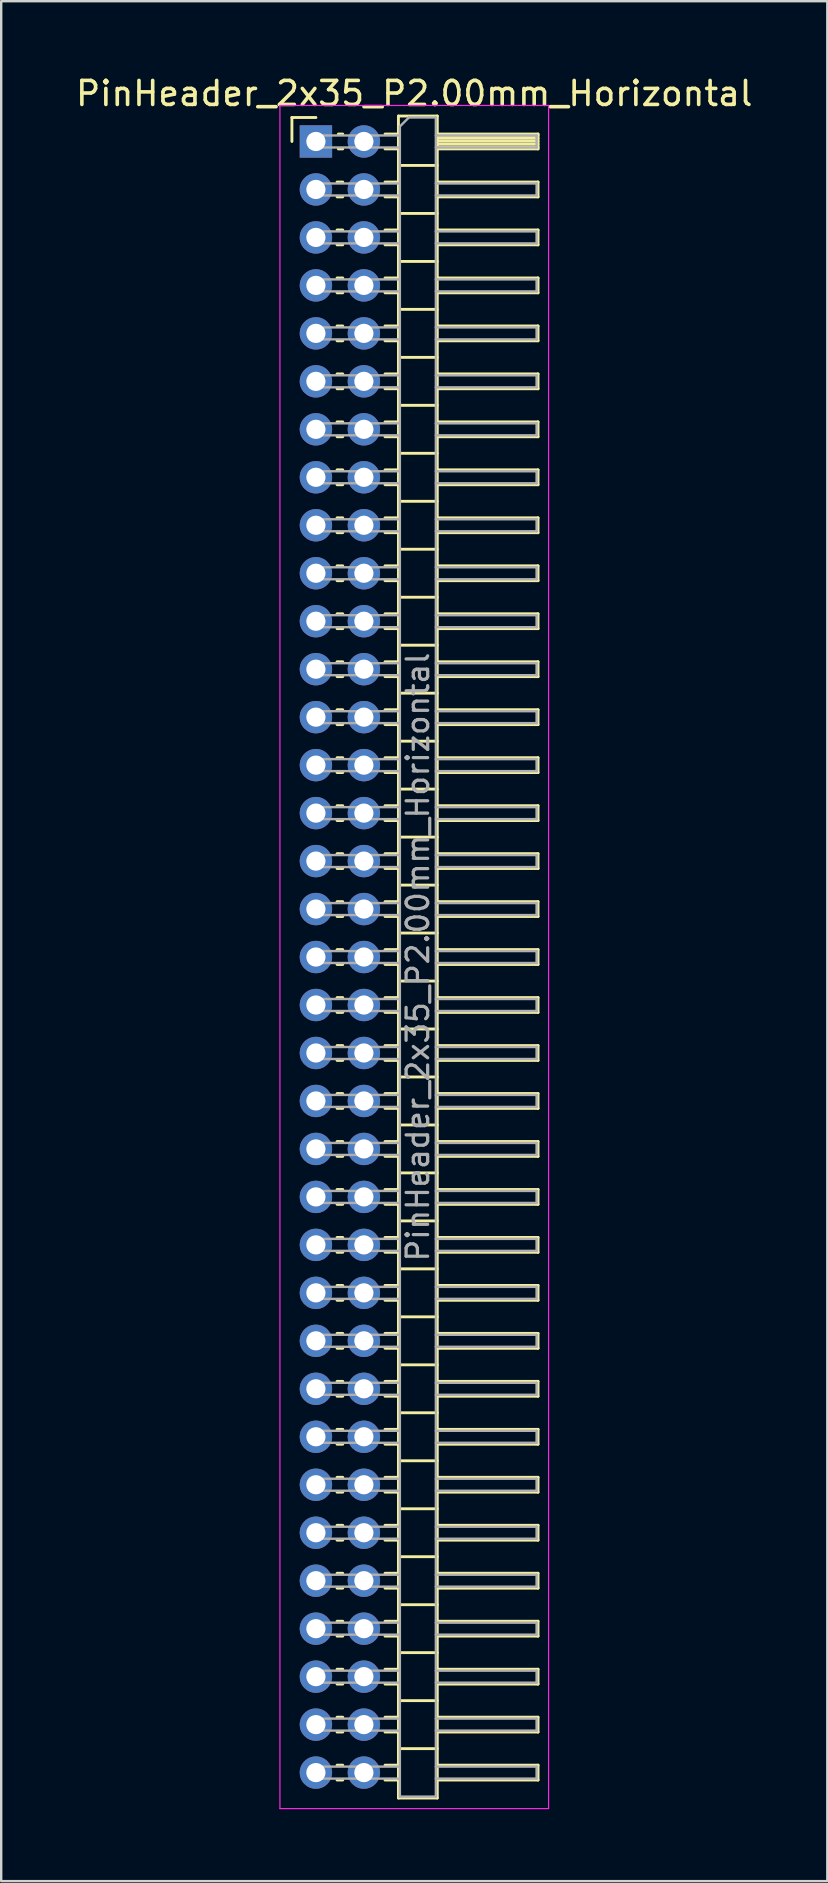
<source format=kicad_pcb>
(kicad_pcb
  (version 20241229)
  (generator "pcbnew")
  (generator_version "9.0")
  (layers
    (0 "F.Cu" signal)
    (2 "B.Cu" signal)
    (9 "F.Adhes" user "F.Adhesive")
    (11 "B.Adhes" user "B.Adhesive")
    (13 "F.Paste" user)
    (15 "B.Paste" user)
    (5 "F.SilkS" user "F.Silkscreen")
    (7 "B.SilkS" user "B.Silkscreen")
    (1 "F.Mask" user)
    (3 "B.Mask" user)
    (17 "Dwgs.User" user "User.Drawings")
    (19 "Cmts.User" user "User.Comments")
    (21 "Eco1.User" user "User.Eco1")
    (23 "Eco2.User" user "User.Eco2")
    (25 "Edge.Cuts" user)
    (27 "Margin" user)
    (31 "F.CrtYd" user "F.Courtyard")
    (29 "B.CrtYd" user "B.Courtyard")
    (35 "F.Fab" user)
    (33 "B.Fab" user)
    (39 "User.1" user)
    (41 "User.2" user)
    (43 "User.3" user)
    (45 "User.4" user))
  (footprint "PinHeader_2x35_P2.00mm_Horizontal"
    (layer "F.Cu")
    (at 10.12 2.848)
    (property "Reference" "PinHeader_2x35_P2.00mm_Horizontal" (at 4.1 -2 0) (layer "F.SilkS") (effects (font (size 1 1) (thickness 0.15))))
    (attr through_hole)
    (fp_line (start -1 -1) (end 0 -1) (stroke (width 0.12) (type solid)) (layer "F.SilkS"))
    (fp_line (start -1 0) (end -1 -1) (stroke (width 0.12) (type solid)) (layer "F.SilkS"))
    (fp_line (start 0.882 1.69) (end 1.118 1.69) (stroke (width 0.12) (type solid)) (layer "F.SilkS"))
    (fp_line (start 0.882 2.31) (end 1.118 2.31) (stroke (width 0.12) (type solid)) (layer "F.SilkS"))
    (fp_line (start 0.882 3.69) (end 1.118 3.69) (stroke (width 0.12) (type solid)) (layer "F.SilkS"))
    (fp_line (start 0.882 4.31) (end 1.118 4.31) (stroke (width 0.12) (type solid)) (layer "F.SilkS"))
    (fp_line (start 0.882 5.69) (end 1.118 5.69) (stroke (width 0.12) (type solid)) (layer "F.SilkS"))
    (fp_line (start 0.882 6.31) (end 1.118 6.31) (stroke (width 0.12) (type solid)) (layer "F.SilkS"))
    (fp_line (start 0.882 7.69) (end 1.118 7.69) (stroke (width 0.12) (type solid)) (layer "F.SilkS"))
    (fp_line (start 0.882 8.31) (end 1.118 8.31) (stroke (width 0.12) (type solid)) (layer "F.SilkS"))
    (fp_line (start 0.882 9.69) (end 1.118 9.69) (stroke (width 0.12) (type solid)) (layer "F.SilkS"))
    (fp_line (start 0.882 10.31) (end 1.118 10.31) (stroke (width 0.12) (type solid)) (layer "F.SilkS"))
    (fp_line (start 0.882 11.69) (end 1.118 11.69) (stroke (width 0.12) (type solid)) (layer "F.SilkS"))
    (fp_line (start 0.882 12.31) (end 1.118 12.31) (stroke (width 0.12) (type solid)) (layer "F.SilkS"))
    (fp_line (start 0.882 13.69) (end 1.118 13.69) (stroke (width 0.12) (type solid)) (layer "F.SilkS"))
    (fp_line (start 0.882 14.31) (end 1.118 14.31) (stroke (width 0.12) (type solid)) (layer "F.SilkS"))
    (fp_line (start 0.882 15.69) (end 1.118 15.69) (stroke (width 0.12) (type solid)) (layer "F.SilkS"))
    (fp_line (start 0.882 16.31) (end 1.118 16.31) (stroke (width 0.12) (type solid)) (layer "F.SilkS"))
    (fp_line (start 0.882 17.69) (end 1.118 17.69) (stroke (width 0.12) (type solid)) (layer "F.SilkS"))
    (fp_line (start 0.882 18.31) (end 1.118 18.31) (stroke (width 0.12) (type solid)) (layer "F.SilkS"))
    (fp_line (start 0.882 19.69) (end 1.118 19.69) (stroke (width 0.12) (type solid)) (layer "F.SilkS"))
    (fp_line (start 0.882 20.31) (end 1.118 20.31) (stroke (width 0.12) (type solid)) (layer "F.SilkS"))
    (fp_line (start 0.882 21.69) (end 1.118 21.69) (stroke (width 0.12) (type solid)) (layer "F.SilkS"))
    (fp_line (start 0.882 22.31) (end 1.118 22.31) (stroke (width 0.12) (type solid)) (layer "F.SilkS"))
    (fp_line (start 0.882 23.69) (end 1.118 23.69) (stroke (width 0.12) (type solid)) (layer "F.SilkS"))
    (fp_line (start 0.882 24.31) (end 1.118 24.31) (stroke (width 0.12) (type solid)) (layer "F.SilkS"))
    (fp_line (start 0.882 25.69) (end 1.118 25.69) (stroke (width 0.12) (type solid)) (layer "F.SilkS"))
    (fp_line (start 0.882 26.31) (end 1.118 26.31) (stroke (width 0.12) (type solid)) (layer "F.SilkS"))
    (fp_line (start 0.882 27.69) (end 1.118 27.69) (stroke (width 0.12) (type solid)) (layer "F.SilkS"))
    (fp_line (start 0.882 28.31) (end 1.118 28.31) (stroke (width 0.12) (type solid)) (layer "F.SilkS"))
    (fp_line (start 0.882 29.69) (end 1.118 29.69) (stroke (width 0.12) (type solid)) (layer "F.SilkS"))
    (fp_line (start 0.882 30.31) (end 1.118 30.31) (stroke (width 0.12) (type solid)) (layer "F.SilkS"))
    (fp_line (start 0.882 31.69) (end 1.118 31.69) (stroke (width 0.12) (type solid)) (layer "F.SilkS"))
    (fp_line (start 0.882 32.31) (end 1.118 32.31) (stroke (width 0.12) (type solid)) (layer "F.SilkS"))
    (fp_line (start 0.882 33.69) (end 1.118 33.69) (stroke (width 0.12) (type solid)) (layer "F.SilkS"))
    (fp_line (start 0.882 34.31) (end 1.118 34.31) (stroke (width 0.12) (type solid)) (layer "F.SilkS"))
    (fp_line (start 0.882 35.69) (end 1.118 35.69) (stroke (width 0.12) (type solid)) (layer "F.SilkS"))
    (fp_line (start 0.882 36.31) (end 1.118 36.31) (stroke (width 0.12) (type solid)) (layer "F.SilkS"))
    (fp_line (start 0.882 37.69) (end 1.118 37.69) (stroke (width 0.12) (type solid)) (layer "F.SilkS"))
    (fp_line (start 0.882 38.31) (end 1.118 38.31) (stroke (width 0.12) (type solid)) (layer "F.SilkS"))
    (fp_line (start 0.882 39.69) (end 1.118 39.69) (stroke (width 0.12) (type solid)) (layer "F.SilkS"))
    (fp_line (start 0.882 40.31) (end 1.118 40.31) (stroke (width 0.12) (type solid)) (layer "F.SilkS"))
    (fp_line (start 0.882 41.69) (end 1.118 41.69) (stroke (width 0.12) (type solid)) (layer "F.SilkS"))
    (fp_line (start 0.882 42.31) (end 1.118 42.31) (stroke (width 0.12) (type solid)) (layer "F.SilkS"))
    (fp_line (start 0.882 43.69) (end 1.118 43.69) (stroke (width 0.12) (type solid)) (layer "F.SilkS"))
    (fp_line (start 0.882 44.31) (end 1.118 44.31) (stroke (width 0.12) (type solid)) (layer "F.SilkS"))
    (fp_line (start 0.882 45.69) (end 1.118 45.69) (stroke (width 0.12) (type solid)) (layer "F.SilkS"))
    (fp_line (start 0.882 46.31) (end 1.118 46.31) (stroke (width 0.12) (type solid)) (layer "F.SilkS"))
    (fp_line (start 0.882 47.69) (end 1.118 47.69) (stroke (width 0.12) (type solid)) (layer "F.SilkS"))
    (fp_line (start 0.882 48.31) (end 1.118 48.31) (stroke (width 0.12) (type solid)) (layer "F.SilkS"))
    (fp_line (start 0.882 49.69) (end 1.118 49.69) (stroke (width 0.12) (type solid)) (layer "F.SilkS"))
    (fp_line (start 0.882 50.31) (end 1.118 50.31) (stroke (width 0.12) (type solid)) (layer "F.SilkS"))
    (fp_line (start 0.882 51.69) (end 1.118 51.69) (stroke (width 0.12) (type solid)) (layer "F.SilkS"))
    (fp_line (start 0.882 52.31) (end 1.118 52.31) (stroke (width 0.12) (type solid)) (layer "F.SilkS"))
    (fp_line (start 0.882 53.69) (end 1.118 53.69) (stroke (width 0.12) (type solid)) (layer "F.SilkS"))
    (fp_line (start 0.882 54.31) (end 1.118 54.31) (stroke (width 0.12) (type solid)) (layer "F.SilkS"))
    (fp_line (start 0.882 55.69) (end 1.118 55.69) (stroke (width 0.12) (type solid)) (layer "F.SilkS"))
    (fp_line (start 0.882 56.31) (end 1.118 56.31) (stroke (width 0.12) (type solid)) (layer "F.SilkS"))
    (fp_line (start 0.882 57.69) (end 1.118 57.69) (stroke (width 0.12) (type solid)) (layer "F.SilkS"))
    (fp_line (start 0.882 58.31) (end 1.118 58.31) (stroke (width 0.12) (type solid)) (layer "F.SilkS"))
    (fp_line (start 0.882 59.69) (end 1.118 59.69) (stroke (width 0.12) (type solid)) (layer "F.SilkS"))
    (fp_line (start 0.882 60.31) (end 1.118 60.31) (stroke (width 0.12) (type solid)) (layer "F.SilkS"))
    (fp_line (start 0.882 61.69) (end 1.118 61.69) (stroke (width 0.12) (type solid)) (layer "F.SilkS"))
    (fp_line (start 0.882 62.31) (end 1.118 62.31) (stroke (width 0.12) (type solid)) (layer "F.SilkS"))
    (fp_line (start 0.882 63.69) (end 1.118 63.69) (stroke (width 0.12) (type solid)) (layer "F.SilkS"))
    (fp_line (start 0.882 64.31) (end 1.118 64.31) (stroke (width 0.12) (type solid)) (layer "F.SilkS"))
    (fp_line (start 0.882 65.69) (end 1.118 65.69) (stroke (width 0.12) (type solid)) (layer "F.SilkS"))
    (fp_line (start 0.882 66.31) (end 1.118 66.31) (stroke (width 0.12) (type solid)) (layer "F.SilkS"))
    (fp_line (start 0.882 67.69) (end 1.118 67.69) (stroke (width 0.12) (type solid)) (layer "F.SilkS"))
    (fp_line (start 0.882 68.31) (end 1.118 68.31) (stroke (width 0.12) (type solid)) (layer "F.SilkS"))
    (fp_line (start 0.935 -0.31) (end 1.118 -0.31) (stroke (width 0.12) (type solid)) (layer "F.SilkS"))
    (fp_line (start 0.935 0.31) (end 1.118 0.31) (stroke (width 0.12) (type solid)) (layer "F.SilkS"))
    (fp_line (start 2.882 -0.31) (end 3.44 -0.31) (stroke (width 0.12) (type solid)) (layer "F.SilkS"))
    (fp_line (start 2.882 0.31) (end 3.44 0.31) (stroke (width 0.12) (type solid)) (layer "F.SilkS"))
    (fp_line (start 2.882 1.69) (end 3.44 1.69) (stroke (width 0.12) (type solid)) (layer "F.SilkS"))
    (fp_line (start 2.882 2.31) (end 3.44 2.31) (stroke (width 0.12) (type solid)) (layer "F.SilkS"))
    (fp_line (start 2.882 3.69) (end 3.44 3.69) (stroke (width 0.12) (type solid)) (layer "F.SilkS"))
    (fp_line (start 2.882 4.31) (end 3.44 4.31) (stroke (width 0.12) (type solid)) (layer "F.SilkS"))
    (fp_line (start 2.882 5.69) (end 3.44 5.69) (stroke (width 0.12) (type solid)) (layer "F.SilkS"))
    (fp_line (start 2.882 6.31) (end 3.44 6.31) (stroke (width 0.12) (type solid)) (layer "F.SilkS"))
    (fp_line (start 2.882 7.69) (end 3.44 7.69) (stroke (width 0.12) (type solid)) (layer "F.SilkS"))
    (fp_line (start 2.882 8.31) (end 3.44 8.31) (stroke (width 0.12) (type solid)) (layer "F.SilkS"))
    (fp_line (start 2.882 9.69) (end 3.44 9.69) (stroke (width 0.12) (type solid)) (layer "F.SilkS"))
    (fp_line (start 2.882 10.31) (end 3.44 10.31) (stroke (width 0.12) (type solid)) (layer "F.SilkS"))
    (fp_line (start 2.882 11.69) (end 3.44 11.69) (stroke (width 0.12) (type solid)) (layer "F.SilkS"))
    (fp_line (start 2.882 12.31) (end 3.44 12.31) (stroke (width 0.12) (type solid)) (layer "F.SilkS"))
    (fp_line (start 2.882 13.69) (end 3.44 13.69) (stroke (width 0.12) (type solid)) (layer "F.SilkS"))
    (fp_line (start 2.882 14.31) (end 3.44 14.31) (stroke (width 0.12) (type solid)) (layer "F.SilkS"))
    (fp_line (start 2.882 15.69) (end 3.44 15.69) (stroke (width 0.12) (type solid)) (layer "F.SilkS"))
    (fp_line (start 2.882 16.31) (end 3.44 16.31) (stroke (width 0.12) (type solid)) (layer "F.SilkS"))
    (fp_line (start 2.882 17.69) (end 3.44 17.69) (stroke (width 0.12) (type solid)) (layer "F.SilkS"))
    (fp_line (start 2.882 18.31) (end 3.44 18.31) (stroke (width 0.12) (type solid)) (layer "F.SilkS"))
    (fp_line (start 2.882 19.69) (end 3.44 19.69) (stroke (width 0.12) (type solid)) (layer "F.SilkS"))
    (fp_line (start 2.882 20.31) (end 3.44 20.31) (stroke (width 0.12) (type solid)) (layer "F.SilkS"))
    (fp_line (start 2.882 21.69) (end 3.44 21.69) (stroke (width 0.12) (type solid)) (layer "F.SilkS"))
    (fp_line (start 2.882 22.31) (end 3.44 22.31) (stroke (width 0.12) (type solid)) (layer "F.SilkS"))
    (fp_line (start 2.882 23.69) (end 3.44 23.69) (stroke (width 0.12) (type solid)) (layer "F.SilkS"))
    (fp_line (start 2.882 24.31) (end 3.44 24.31) (stroke (width 0.12) (type solid)) (layer "F.SilkS"))
    (fp_line (start 2.882 25.69) (end 3.44 25.69) (stroke (width 0.12) (type solid)) (layer "F.SilkS"))
    (fp_line (start 2.882 26.31) (end 3.44 26.31) (stroke (width 0.12) (type solid)) (layer "F.SilkS"))
    (fp_line (start 2.882 27.69) (end 3.44 27.69) (stroke (width 0.12) (type solid)) (layer "F.SilkS"))
    (fp_line (start 2.882 28.31) (end 3.44 28.31) (stroke (width 0.12) (type solid)) (layer "F.SilkS"))
    (fp_line (start 2.882 29.69) (end 3.44 29.69) (stroke (width 0.12) (type solid)) (layer "F.SilkS"))
    (fp_line (start 2.882 30.31) (end 3.44 30.31) (stroke (width 0.12) (type solid)) (layer "F.SilkS"))
    (fp_line (start 2.882 31.69) (end 3.44 31.69) (stroke (width 0.12) (type solid)) (layer "F.SilkS"))
    (fp_line (start 2.882 32.31) (end 3.44 32.31) (stroke (width 0.12) (type solid)) (layer "F.SilkS"))
    (fp_line (start 2.882 33.69) (end 3.44 33.69) (stroke (width 0.12) (type solid)) (layer "F.SilkS"))
    (fp_line (start 2.882 34.31) (end 3.44 34.31) (stroke (width 0.12) (type solid)) (layer "F.SilkS"))
    (fp_line (start 2.882 35.69) (end 3.44 35.69) (stroke (width 0.12) (type solid)) (layer "F.SilkS"))
    (fp_line (start 2.882 36.31) (end 3.44 36.31) (stroke (width 0.12) (type solid)) (layer "F.SilkS"))
    (fp_line (start 2.882 37.69) (end 3.44 37.69) (stroke (width 0.12) (type solid)) (layer "F.SilkS"))
    (fp_line (start 2.882 38.31) (end 3.44 38.31) (stroke (width 0.12) (type solid)) (layer "F.SilkS"))
    (fp_line (start 2.882 39.69) (end 3.44 39.69) (stroke (width 0.12) (type solid)) (layer "F.SilkS"))
    (fp_line (start 2.882 40.31) (end 3.44 40.31) (stroke (width 0.12) (type solid)) (layer "F.SilkS"))
    (fp_line (start 2.882 41.69) (end 3.44 41.69) (stroke (width 0.12) (type solid)) (layer "F.SilkS"))
    (fp_line (start 2.882 42.31) (end 3.44 42.31) (stroke (width 0.12) (type solid)) (layer "F.SilkS"))
    (fp_line (start 2.882 43.69) (end 3.44 43.69) (stroke (width 0.12) (type solid)) (layer "F.SilkS"))
    (fp_line (start 2.882 44.31) (end 3.44 44.31) (stroke (width 0.12) (type solid)) (layer "F.SilkS"))
    (fp_line (start 2.882 45.69) (end 3.44 45.69) (stroke (width 0.12) (type solid)) (layer "F.SilkS"))
    (fp_line (start 2.882 46.31) (end 3.44 46.31) (stroke (width 0.12) (type solid)) (layer "F.SilkS"))
    (fp_line (start 2.882 47.69) (end 3.44 47.69) (stroke (width 0.12) (type solid)) (layer "F.SilkS"))
    (fp_line (start 2.882 48.31) (end 3.44 48.31) (stroke (width 0.12) (type solid)) (layer "F.SilkS"))
    (fp_line (start 2.882 49.69) (end 3.44 49.69) (stroke (width 0.12) (type solid)) (layer "F.SilkS"))
    (fp_line (start 2.882 50.31) (end 3.44 50.31) (stroke (width 0.12) (type solid)) (layer "F.SilkS"))
    (fp_line (start 2.882 51.69) (end 3.44 51.69) (stroke (width 0.12) (type solid)) (layer "F.SilkS"))
    (fp_line (start 2.882 52.31) (end 3.44 52.31) (stroke (width 0.12) (type solid)) (layer "F.SilkS"))
    (fp_line (start 2.882 53.69) (end 3.44 53.69) (stroke (width 0.12) (type solid)) (layer "F.SilkS"))
    (fp_line (start 2.882 54.31) (end 3.44 54.31) (stroke (width 0.12) (type solid)) (layer "F.SilkS"))
    (fp_line (start 2.882 55.69) (end 3.44 55.69) (stroke (width 0.12) (type solid)) (layer "F.SilkS"))
    (fp_line (start 2.882 56.31) (end 3.44 56.31) (stroke (width 0.12) (type solid)) (layer "F.SilkS"))
    (fp_line (start 2.882 57.69) (end 3.44 57.69) (stroke (width 0.12) (type solid)) (layer "F.SilkS"))
    (fp_line (start 2.882 58.31) (end 3.44 58.31) (stroke (width 0.12) (type solid)) (layer "F.SilkS"))
    (fp_line (start 2.882 59.69) (end 3.44 59.69) (stroke (width 0.12) (type solid)) (layer "F.SilkS"))
    (fp_line (start 2.882 60.31) (end 3.44 60.31) (stroke (width 0.12) (type solid)) (layer "F.SilkS"))
    (fp_line (start 2.882 61.69) (end 3.44 61.69) (stroke (width 0.12) (type solid)) (layer "F.SilkS"))
    (fp_line (start 2.882 62.31) (end 3.44 62.31) (stroke (width 0.12) (type solid)) (layer "F.SilkS"))
    (fp_line (start 2.882 63.69) (end 3.44 63.69) (stroke (width 0.12) (type solid)) (layer "F.SilkS"))
    (fp_line (start 2.882 64.31) (end 3.44 64.31) (stroke (width 0.12) (type solid)) (layer "F.SilkS"))
    (fp_line (start 2.882 65.69) (end 3.44 65.69) (stroke (width 0.12) (type solid)) (layer "F.SilkS"))
    (fp_line (start 2.882 66.31) (end 3.44 66.31) (stroke (width 0.12) (type solid)) (layer "F.SilkS"))
    (fp_line (start 2.882 67.69) (end 3.44 67.69) (stroke (width 0.12) (type solid)) (layer "F.SilkS"))
    (fp_line (start 2.882 68.31) (end 3.44 68.31) (stroke (width 0.12) (type solid)) (layer "F.SilkS"))
    (fp_line (start 3.44 -1.06) (end 3.44 69.06) (stroke (width 0.12) (type solid)) (layer "F.SilkS"))
    (fp_line (start 3.44 1) (end 5.06 1) (stroke (width 0.12) (type solid)) (layer "F.SilkS"))
    (fp_line (start 3.44 3) (end 5.06 3) (stroke (width 0.12) (type solid)) (layer "F.SilkS"))
    (fp_line (start 3.44 5) (end 5.06 5) (stroke (width 0.12) (type solid)) (layer "F.SilkS"))
    (fp_line (start 3.44 7) (end 5.06 7) (stroke (width 0.12) (type solid)) (layer "F.SilkS"))
    (fp_line (start 3.44 9) (end 5.06 9) (stroke (width 0.12) (type solid)) (layer "F.SilkS"))
    (fp_line (start 3.44 11) (end 5.06 11) (stroke (width 0.12) (type solid)) (layer "F.SilkS"))
    (fp_line (start 3.44 13) (end 5.06 13) (stroke (width 0.12) (type solid)) (layer "F.SilkS"))
    (fp_line (start 3.44 15) (end 5.06 15) (stroke (width 0.12) (type solid)) (layer "F.SilkS"))
    (fp_line (start 3.44 17) (end 5.06 17) (stroke (width 0.12) (type solid)) (layer "F.SilkS"))
    (fp_line (start 3.44 19) (end 5.06 19) (stroke (width 0.12) (type solid)) (layer "F.SilkS"))
    (fp_line (start 3.44 21) (end 5.06 21) (stroke (width 0.12) (type solid)) (layer "F.SilkS"))
    (fp_line (start 3.44 23) (end 5.06 23) (stroke (width 0.12) (type solid)) (layer "F.SilkS"))
    (fp_line (start 3.44 25) (end 5.06 25) (stroke (width 0.12) (type solid)) (layer "F.SilkS"))
    (fp_line (start 3.44 27) (end 5.06 27) (stroke (width 0.12) (type solid)) (layer "F.SilkS"))
    (fp_line (start 3.44 29) (end 5.06 29) (stroke (width 0.12) (type solid)) (layer "F.SilkS"))
    (fp_line (start 3.44 31) (end 5.06 31) (stroke (width 0.12) (type solid)) (layer "F.SilkS"))
    (fp_line (start 3.44 33) (end 5.06 33) (stroke (width 0.12) (type solid)) (layer "F.SilkS"))
    (fp_line (start 3.44 35) (end 5.06 35) (stroke (width 0.12) (type solid)) (layer "F.SilkS"))
    (fp_line (start 3.44 37) (end 5.06 37) (stroke (width 0.12) (type solid)) (layer "F.SilkS"))
    (fp_line (start 3.44 39) (end 5.06 39) (stroke (width 0.12) (type solid)) (layer "F.SilkS"))
    (fp_line (start 3.44 41) (end 5.06 41) (stroke (width 0.12) (type solid)) (layer "F.SilkS"))
    (fp_line (start 3.44 43) (end 5.06 43) (stroke (width 0.12) (type solid)) (layer "F.SilkS"))
    (fp_line (start 3.44 45) (end 5.06 45) (stroke (width 0.12) (type solid)) (layer "F.SilkS"))
    (fp_line (start 3.44 47) (end 5.06 47) (stroke (width 0.12) (type solid)) (layer "F.SilkS"))
    (fp_line (start 3.44 49) (end 5.06 49) (stroke (width 0.12) (type solid)) (layer "F.SilkS"))
    (fp_line (start 3.44 51) (end 5.06 51) (stroke (width 0.12) (type solid)) (layer "F.SilkS"))
    (fp_line (start 3.44 53) (end 5.06 53) (stroke (width 0.12) (type solid)) (layer "F.SilkS"))
    (fp_line (start 3.44 55) (end 5.06 55) (stroke (width 0.12) (type solid)) (layer "F.SilkS"))
    (fp_line (start 3.44 57) (end 5.06 57) (stroke (width 0.12) (type solid)) (layer "F.SilkS"))
    (fp_line (start 3.44 59) (end 5.06 59) (stroke (width 0.12) (type solid)) (layer "F.SilkS"))
    (fp_line (start 3.44 61) (end 5.06 61) (stroke (width 0.12) (type solid)) (layer "F.SilkS"))
    (fp_line (start 3.44 63) (end 5.06 63) (stroke (width 0.12) (type solid)) (layer "F.SilkS"))
    (fp_line (start 3.44 65) (end 5.06 65) (stroke (width 0.12) (type solid)) (layer "F.SilkS"))
    (fp_line (start 3.44 67) (end 5.06 67) (stroke (width 0.12) (type solid)) (layer "F.SilkS"))
    (fp_line (start 3.44 69.06) (end 5.06 69.06) (stroke (width 0.12) (type solid)) (layer "F.SilkS"))
    (fp_line (start 5.06 -1.06) (end 3.44 -1.06) (stroke (width 0.12) (type solid)) (layer "F.SilkS"))
    (fp_line (start 5.06 -0.31) (end 9.26 -0.31) (stroke (width 0.12) (type solid)) (layer "F.SilkS"))
    (fp_line (start 5.06 -0.25) (end 9.26 -0.25) (stroke (width 0.12) (type solid)) (layer "F.SilkS"))
    (fp_line (start 5.06 -0.13) (end 9.26 -0.13) (stroke (width 0.12) (type solid)) (layer "F.SilkS"))
    (fp_line (start 5.06 -0.01) (end 9.26 -0.01) (stroke (width 0.12) (type solid)) (layer "F.SilkS"))
    (fp_line (start 5.06 0.11) (end 9.26 0.11) (stroke (width 0.12) (type solid)) (layer "F.SilkS"))
    (fp_line (start 5.06 0.23) (end 9.26 0.23) (stroke (width 0.12) (type solid)) (layer "F.SilkS"))
    (fp_line (start 5.06 1.69) (end 9.26 1.69) (stroke (width 0.12) (type solid)) (layer "F.SilkS"))
    (fp_line (start 5.06 3.69) (end 9.26 3.69) (stroke (width 0.12) (type solid)) (layer "F.SilkS"))
    (fp_line (start 5.06 5.69) (end 9.26 5.69) (stroke (width 0.12) (type solid)) (layer "F.SilkS"))
    (fp_line (start 5.06 7.69) (end 9.26 7.69) (stroke (width 0.12) (type solid)) (layer "F.SilkS"))
    (fp_line (start 5.06 9.69) (end 9.26 9.69) (stroke (width 0.12) (type solid)) (layer "F.SilkS"))
    (fp_line (start 5.06 11.69) (end 9.26 11.69) (stroke (width 0.12) (type solid)) (layer "F.SilkS"))
    (fp_line (start 5.06 13.69) (end 9.26 13.69) (stroke (width 0.12) (type solid)) (layer "F.SilkS"))
    (fp_line (start 5.06 15.69) (end 9.26 15.69) (stroke (width 0.12) (type solid)) (layer "F.SilkS"))
    (fp_line (start 5.06 17.69) (end 9.26 17.69) (stroke (width 0.12) (type solid)) (layer "F.SilkS"))
    (fp_line (start 5.06 19.69) (end 9.26 19.69) (stroke (width 0.12) (type solid)) (layer "F.SilkS"))
    (fp_line (start 5.06 21.69) (end 9.26 21.69) (stroke (width 0.12) (type solid)) (layer "F.SilkS"))
    (fp_line (start 5.06 23.69) (end 9.26 23.69) (stroke (width 0.12) (type solid)) (layer "F.SilkS"))
    (fp_line (start 5.06 25.69) (end 9.26 25.69) (stroke (width 0.12) (type solid)) (layer "F.SilkS"))
    (fp_line (start 5.06 27.69) (end 9.26 27.69) (stroke (width 0.12) (type solid)) (layer "F.SilkS"))
    (fp_line (start 5.06 29.69) (end 9.26 29.69) (stroke (width 0.12) (type solid)) (layer "F.SilkS"))
    (fp_line (start 5.06 31.69) (end 9.26 31.69) (stroke (width 0.12) (type solid)) (layer "F.SilkS"))
    (fp_line (start 5.06 33.69) (end 9.26 33.69) (stroke (width 0.12) (type solid)) (layer "F.SilkS"))
    (fp_line (start 5.06 35.69) (end 9.26 35.69) (stroke (width 0.12) (type solid)) (layer "F.SilkS"))
    (fp_line (start 5.06 37.69) (end 9.26 37.69) (stroke (width 0.12) (type solid)) (layer "F.SilkS"))
    (fp_line (start 5.06 39.69) (end 9.26 39.69) (stroke (width 0.12) (type solid)) (layer "F.SilkS"))
    (fp_line (start 5.06 41.69) (end 9.26 41.69) (stroke (width 0.12) (type solid)) (layer "F.SilkS"))
    (fp_line (start 5.06 43.69) (end 9.26 43.69) (stroke (width 0.12) (type solid)) (layer "F.SilkS"))
    (fp_line (start 5.06 45.69) (end 9.26 45.69) (stroke (width 0.12) (type solid)) (layer "F.SilkS"))
    (fp_line (start 5.06 47.69) (end 9.26 47.69) (stroke (width 0.12) (type solid)) (layer "F.SilkS"))
    (fp_line (start 5.06 49.69) (end 9.26 49.69) (stroke (width 0.12) (type solid)) (layer "F.SilkS"))
    (fp_line (start 5.06 51.69) (end 9.26 51.69) (stroke (width 0.12) (type solid)) (layer "F.SilkS"))
    (fp_line (start 5.06 53.69) (end 9.26 53.69) (stroke (width 0.12) (type solid)) (layer "F.SilkS"))
    (fp_line (start 5.06 55.69) (end 9.26 55.69) (stroke (width 0.12) (type solid)) (layer "F.SilkS"))
    (fp_line (start 5.06 57.69) (end 9.26 57.69) (stroke (width 0.12) (type solid)) (layer "F.SilkS"))
    (fp_line (start 5.06 59.69) (end 9.26 59.69) (stroke (width 0.12) (type solid)) (layer "F.SilkS"))
    (fp_line (start 5.06 61.69) (end 9.26 61.69) (stroke (width 0.12) (type solid)) (layer "F.SilkS"))
    (fp_line (start 5.06 63.69) (end 9.26 63.69) (stroke (width 0.12) (type solid)) (layer "F.SilkS"))
    (fp_line (start 5.06 65.69) (end 9.26 65.69) (stroke (width 0.12) (type solid)) (layer "F.SilkS"))
    (fp_line (start 5.06 67.69) (end 9.26 67.69) (stroke (width 0.12) (type solid)) (layer "F.SilkS"))
    (fp_line (start 5.06 69.06) (end 5.06 -1.06) (stroke (width 0.12) (type solid)) (layer "F.SilkS"))
    (fp_line (start 9.26 -0.31) (end 9.26 0.31) (stroke (width 0.12) (type solid)) (layer "F.SilkS"))
    (fp_line (start 9.26 0.31) (end 5.06 0.31) (stroke (width 0.12) (type solid)) (layer "F.SilkS"))
    (fp_line (start 9.26 1.69) (end 9.26 2.31) (stroke (width 0.12) (type solid)) (layer "F.SilkS"))
    (fp_line (start 9.26 2.31) (end 5.06 2.31) (stroke (width 0.12) (type solid)) (layer "F.SilkS"))
    (fp_line (start 9.26 3.69) (end 9.26 4.31) (stroke (width 0.12) (type solid)) (layer "F.SilkS"))
    (fp_line (start 9.26 4.31) (end 5.06 4.31) (stroke (width 0.12) (type solid)) (layer "F.SilkS"))
    (fp_line (start 9.26 5.69) (end 9.26 6.31) (stroke (width 0.12) (type solid)) (layer "F.SilkS"))
    (fp_line (start 9.26 6.31) (end 5.06 6.31) (stroke (width 0.12) (type solid)) (layer "F.SilkS"))
    (fp_line (start 9.26 7.69) (end 9.26 8.31) (stroke (width 0.12) (type solid)) (layer "F.SilkS"))
    (fp_line (start 9.26 8.31) (end 5.06 8.31) (stroke (width 0.12) (type solid)) (layer "F.SilkS"))
    (fp_line (start 9.26 9.69) (end 9.26 10.31) (stroke (width 0.12) (type solid)) (layer "F.SilkS"))
    (fp_line (start 9.26 10.31) (end 5.06 10.31) (stroke (width 0.12) (type solid)) (layer "F.SilkS"))
    (fp_line (start 9.26 11.69) (end 9.26 12.31) (stroke (width 0.12) (type solid)) (layer "F.SilkS"))
    (fp_line (start 9.26 12.31) (end 5.06 12.31) (stroke (width 0.12) (type solid)) (layer "F.SilkS"))
    (fp_line (start 9.26 13.69) (end 9.26 14.31) (stroke (width 0.12) (type solid)) (layer "F.SilkS"))
    (fp_line (start 9.26 14.31) (end 5.06 14.31) (stroke (width 0.12) (type solid)) (layer "F.SilkS"))
    (fp_line (start 9.26 15.69) (end 9.26 16.31) (stroke (width 0.12) (type solid)) (layer "F.SilkS"))
    (fp_line (start 9.26 16.31) (end 5.06 16.31) (stroke (width 0.12) (type solid)) (layer "F.SilkS"))
    (fp_line (start 9.26 17.69) (end 9.26 18.31) (stroke (width 0.12) (type solid)) (layer "F.SilkS"))
    (fp_line (start 9.26 18.31) (end 5.06 18.31) (stroke (width 0.12) (type solid)) (layer "F.SilkS"))
    (fp_line (start 9.26 19.69) (end 9.26 20.31) (stroke (width 0.12) (type solid)) (layer "F.SilkS"))
    (fp_line (start 9.26 20.31) (end 5.06 20.31) (stroke (width 0.12) (type solid)) (layer "F.SilkS"))
    (fp_line (start 9.26 21.69) (end 9.26 22.31) (stroke (width 0.12) (type solid)) (layer "F.SilkS"))
    (fp_line (start 9.26 22.31) (end 5.06 22.31) (stroke (width 0.12) (type solid)) (layer "F.SilkS"))
    (fp_line (start 9.26 23.69) (end 9.26 24.31) (stroke (width 0.12) (type solid)) (layer "F.SilkS"))
    (fp_line (start 9.26 24.31) (end 5.06 24.31) (stroke (width 0.12) (type solid)) (layer "F.SilkS"))
    (fp_line (start 9.26 25.69) (end 9.26 26.31) (stroke (width 0.12) (type solid)) (layer "F.SilkS"))
    (fp_line (start 9.26 26.31) (end 5.06 26.31) (stroke (width 0.12) (type solid)) (layer "F.SilkS"))
    (fp_line (start 9.26 27.69) (end 9.26 28.31) (stroke (width 0.12) (type solid)) (layer "F.SilkS"))
    (fp_line (start 9.26 28.31) (end 5.06 28.31) (stroke (width 0.12) (type solid)) (layer "F.SilkS"))
    (fp_line (start 9.26 29.69) (end 9.26 30.31) (stroke (width 0.12) (type solid)) (layer "F.SilkS"))
    (fp_line (start 9.26 30.31) (end 5.06 30.31) (stroke (width 0.12) (type solid)) (layer "F.SilkS"))
    (fp_line (start 9.26 31.69) (end 9.26 32.31) (stroke (width 0.12) (type solid)) (layer "F.SilkS"))
    (fp_line (start 9.26 32.31) (end 5.06 32.31) (stroke (width 0.12) (type solid)) (layer "F.SilkS"))
    (fp_line (start 9.26 33.69) (end 9.26 34.31) (stroke (width 0.12) (type solid)) (layer "F.SilkS"))
    (fp_line (start 9.26 34.31) (end 5.06 34.31) (stroke (width 0.12) (type solid)) (layer "F.SilkS"))
    (fp_line (start 9.26 35.69) (end 9.26 36.31) (stroke (width 0.12) (type solid)) (layer "F.SilkS"))
    (fp_line (start 9.26 36.31) (end 5.06 36.31) (stroke (width 0.12) (type solid)) (layer "F.SilkS"))
    (fp_line (start 9.26 37.69) (end 9.26 38.31) (stroke (width 0.12) (type solid)) (layer "F.SilkS"))
    (fp_line (start 9.26 38.31) (end 5.06 38.31) (stroke (width 0.12) (type solid)) (layer "F.SilkS"))
    (fp_line (start 9.26 39.69) (end 9.26 40.31) (stroke (width 0.12) (type solid)) (layer "F.SilkS"))
    (fp_line (start 9.26 40.31) (end 5.06 40.31) (stroke (width 0.12) (type solid)) (layer "F.SilkS"))
    (fp_line (start 9.26 41.69) (end 9.26 42.31) (stroke (width 0.12) (type solid)) (layer "F.SilkS"))
    (fp_line (start 9.26 42.31) (end 5.06 42.31) (stroke (width 0.12) (type solid)) (layer "F.SilkS"))
    (fp_line (start 9.26 43.69) (end 9.26 44.31) (stroke (width 0.12) (type solid)) (layer "F.SilkS"))
    (fp_line (start 9.26 44.31) (end 5.06 44.31) (stroke (width 0.12) (type solid)) (layer "F.SilkS"))
    (fp_line (start 9.26 45.69) (end 9.26 46.31) (stroke (width 0.12) (type solid)) (layer "F.SilkS"))
    (fp_line (start 9.26 46.31) (end 5.06 46.31) (stroke (width 0.12) (type solid)) (layer "F.SilkS"))
    (fp_line (start 9.26 47.69) (end 9.26 48.31) (stroke (width 0.12) (type solid)) (layer "F.SilkS"))
    (fp_line (start 9.26 48.31) (end 5.06 48.31) (stroke (width 0.12) (type solid)) (layer "F.SilkS"))
    (fp_line (start 9.26 49.69) (end 9.26 50.31) (stroke (width 0.12) (type solid)) (layer "F.SilkS"))
    (fp_line (start 9.26 50.31) (end 5.06 50.31) (stroke (width 0.12) (type solid)) (layer "F.SilkS"))
    (fp_line (start 9.26 51.69) (end 9.26 52.31) (stroke (width 0.12) (type solid)) (layer "F.SilkS"))
    (fp_line (start 9.26 52.31) (end 5.06 52.31) (stroke (width 0.12) (type solid)) (layer "F.SilkS"))
    (fp_line (start 9.26 53.69) (end 9.26 54.31) (stroke (width 0.12) (type solid)) (layer "F.SilkS"))
    (fp_line (start 9.26 54.31) (end 5.06 54.31) (stroke (width 0.12) (type solid)) (layer "F.SilkS"))
    (fp_line (start 9.26 55.69) (end 9.26 56.31) (stroke (width 0.12) (type solid)) (layer "F.SilkS"))
    (fp_line (start 9.26 56.31) (end 5.06 56.31) (stroke (width 0.12) (type solid)) (layer "F.SilkS"))
    (fp_line (start 9.26 57.69) (end 9.26 58.31) (stroke (width 0.12) (type solid)) (layer "F.SilkS"))
    (fp_line (start 9.26 58.31) (end 5.06 58.31) (stroke (width 0.12) (type solid)) (layer "F.SilkS"))
    (fp_line (start 9.26 59.69) (end 9.26 60.31) (stroke (width 0.12) (type solid)) (layer "F.SilkS"))
    (fp_line (start 9.26 60.31) (end 5.06 60.31) (stroke (width 0.12) (type solid)) (layer "F.SilkS"))
    (fp_line (start 9.26 61.69) (end 9.26 62.31) (stroke (width 0.12) (type solid)) (layer "F.SilkS"))
    (fp_line (start 9.26 62.31) (end 5.06 62.31) (stroke (width 0.12) (type solid)) (layer "F.SilkS"))
    (fp_line (start 9.26 63.69) (end 9.26 64.31) (stroke (width 0.12) (type solid)) (layer "F.SilkS"))
    (fp_line (start 9.26 64.31) (end 5.06 64.31) (stroke (width 0.12) (type solid)) (layer "F.SilkS"))
    (fp_line (start 9.26 65.69) (end 9.26 66.31) (stroke (width 0.12) (type solid)) (layer "F.SilkS"))
    (fp_line (start 9.26 66.31) (end 5.06 66.31) (stroke (width 0.12) (type solid)) (layer "F.SilkS"))
    (fp_line (start 9.26 67.69) (end 9.26 68.31) (stroke (width 0.12) (type solid)) (layer "F.SilkS"))
    (fp_line (start 9.26 68.31) (end 5.06 68.31) (stroke (width 0.12) (type solid)) (layer "F.SilkS"))
    (fp_line (start -1.5 -1.5) (end -1.5 69.5) (stroke (width 0.05) (type solid)) (layer "F.CrtYd"))
    (fp_line (start -1.5 69.5) (end 9.7 69.5) (stroke (width 0.05) (type solid)) (layer "F.CrtYd"))
    (fp_line (start 9.7 -1.5) (end -1.5 -1.5) (stroke (width 0.05) (type solid)) (layer "F.CrtYd"))
    (fp_line (start 9.7 69.5) (end 9.7 -1.5) (stroke (width 0.05) (type solid)) (layer "F.CrtYd"))
    (fp_line (start -0.25 -0.25) (end -0.25 0.25) (stroke (width 0.1) (type solid)) (layer "F.Fab"))
    (fp_line (start -0.25 -0.25) (end 3.5 -0.25) (stroke (width 0.1) (type solid)) (layer "F.Fab"))
    (fp_line (start -0.25 0.25) (end 3.5 0.25) (stroke (width 0.1) (type solid)) (layer "F.Fab"))
    (fp_line (start -0.25 1.75) (end -0.25 2.25) (stroke (width 0.1) (type solid)) (layer "F.Fab"))
    (fp_line (start -0.25 1.75) (end 3.5 1.75) (stroke (width 0.1) (type solid)) (layer "F.Fab"))
    (fp_line (start -0.25 2.25) (end 3.5 2.25) (stroke (width 0.1) (type solid)) (layer "F.Fab"))
    (fp_line (start -0.25 3.75) (end -0.25 4.25) (stroke (width 0.1) (type solid)) (layer "F.Fab"))
    (fp_line (start -0.25 3.75) (end 3.5 3.75) (stroke (width 0.1) (type solid)) (layer "F.Fab"))
    (fp_line (start -0.25 4.25) (end 3.5 4.25) (stroke (width 0.1) (type solid)) (layer "F.Fab"))
    (fp_line (start -0.25 5.75) (end -0.25 6.25) (stroke (width 0.1) (type solid)) (layer "F.Fab"))
    (fp_line (start -0.25 5.75) (end 3.5 5.75) (stroke (width 0.1) (type solid)) (layer "F.Fab"))
    (fp_line (start -0.25 6.25) (end 3.5 6.25) (stroke (width 0.1) (type solid)) (layer "F.Fab"))
    (fp_line (start -0.25 7.75) (end -0.25 8.25) (stroke (width 0.1) (type solid)) (layer "F.Fab"))
    (fp_line (start -0.25 7.75) (end 3.5 7.75) (stroke (width 0.1) (type solid)) (layer "F.Fab"))
    (fp_line (start -0.25 8.25) (end 3.5 8.25) (stroke (width 0.1) (type solid)) (layer "F.Fab"))
    (fp_line (start -0.25 9.75) (end -0.25 10.25) (stroke (width 0.1) (type solid)) (layer "F.Fab"))
    (fp_line (start -0.25 9.75) (end 3.5 9.75) (stroke (width 0.1) (type solid)) (layer "F.Fab"))
    (fp_line (start -0.25 10.25) (end 3.5 10.25) (stroke (width 0.1) (type solid)) (layer "F.Fab"))
    (fp_line (start -0.25 11.75) (end -0.25 12.25) (stroke (width 0.1) (type solid)) (layer "F.Fab"))
    (fp_line (start -0.25 11.75) (end 3.5 11.75) (stroke (width 0.1) (type solid)) (layer "F.Fab"))
    (fp_line (start -0.25 12.25) (end 3.5 12.25) (stroke (width 0.1) (type solid)) (layer "F.Fab"))
    (fp_line (start -0.25 13.75) (end -0.25 14.25) (stroke (width 0.1) (type solid)) (layer "F.Fab"))
    (fp_line (start -0.25 13.75) (end 3.5 13.75) (stroke (width 0.1) (type solid)) (layer "F.Fab"))
    (fp_line (start -0.25 14.25) (end 3.5 14.25) (stroke (width 0.1) (type solid)) (layer "F.Fab"))
    (fp_line (start -0.25 15.75) (end -0.25 16.25) (stroke (width 0.1) (type solid)) (layer "F.Fab"))
    (fp_line (start -0.25 15.75) (end 3.5 15.75) (stroke (width 0.1) (type solid)) (layer "F.Fab"))
    (fp_line (start -0.25 16.25) (end 3.5 16.25) (stroke (width 0.1) (type solid)) (layer "F.Fab"))
    (fp_line (start -0.25 17.75) (end -0.25 18.25) (stroke (width 0.1) (type solid)) (layer "F.Fab"))
    (fp_line (start -0.25 17.75) (end 3.5 17.75) (stroke (width 0.1) (type solid)) (layer "F.Fab"))
    (fp_line (start -0.25 18.25) (end 3.5 18.25) (stroke (width 0.1) (type solid)) (layer "F.Fab"))
    (fp_line (start -0.25 19.75) (end -0.25 20.25) (stroke (width 0.1) (type solid)) (layer "F.Fab"))
    (fp_line (start -0.25 19.75) (end 3.5 19.75) (stroke (width 0.1) (type solid)) (layer "F.Fab"))
    (fp_line (start -0.25 20.25) (end 3.5 20.25) (stroke (width 0.1) (type solid)) (layer "F.Fab"))
    (fp_line (start -0.25 21.75) (end -0.25 22.25) (stroke (width 0.1) (type solid)) (layer "F.Fab"))
    (fp_line (start -0.25 21.75) (end 3.5 21.75) (stroke (width 0.1) (type solid)) (layer "F.Fab"))
    (fp_line (start -0.25 22.25) (end 3.5 22.25) (stroke (width 0.1) (type solid)) (layer "F.Fab"))
    (fp_line (start -0.25 23.75) (end -0.25 24.25) (stroke (width 0.1) (type solid)) (layer "F.Fab"))
    (fp_line (start -0.25 23.75) (end 3.5 23.75) (stroke (width 0.1) (type solid)) (layer "F.Fab"))
    (fp_line (start -0.25 24.25) (end 3.5 24.25) (stroke (width 0.1) (type solid)) (layer "F.Fab"))
    (fp_line (start -0.25 25.75) (end -0.25 26.25) (stroke (width 0.1) (type solid)) (layer "F.Fab"))
    (fp_line (start -0.25 25.75) (end 3.5 25.75) (stroke (width 0.1) (type solid)) (layer "F.Fab"))
    (fp_line (start -0.25 26.25) (end 3.5 26.25) (stroke (width 0.1) (type solid)) (layer "F.Fab"))
    (fp_line (start -0.25 27.75) (end -0.25 28.25) (stroke (width 0.1) (type solid)) (layer "F.Fab"))
    (fp_line (start -0.25 27.75) (end 3.5 27.75) (stroke (width 0.1) (type solid)) (layer "F.Fab"))
    (fp_line (start -0.25 28.25) (end 3.5 28.25) (stroke (width 0.1) (type solid)) (layer "F.Fab"))
    (fp_line (start -0.25 29.75) (end -0.25 30.25) (stroke (width 0.1) (type solid)) (layer "F.Fab"))
    (fp_line (start -0.25 29.75) (end 3.5 29.75) (stroke (width 0.1) (type solid)) (layer "F.Fab"))
    (fp_line (start -0.25 30.25) (end 3.5 30.25) (stroke (width 0.1) (type solid)) (layer "F.Fab"))
    (fp_line (start -0.25 31.75) (end -0.25 32.25) (stroke (width 0.1) (type solid)) (layer "F.Fab"))
    (fp_line (start -0.25 31.75) (end 3.5 31.75) (stroke (width 0.1) (type solid)) (layer "F.Fab"))
    (fp_line (start -0.25 32.25) (end 3.5 32.25) (stroke (width 0.1) (type solid)) (layer "F.Fab"))
    (fp_line (start -0.25 33.75) (end -0.25 34.25) (stroke (width 0.1) (type solid)) (layer "F.Fab"))
    (fp_line (start -0.25 33.75) (end 3.5 33.75) (stroke (width 0.1) (type solid)) (layer "F.Fab"))
    (fp_line (start -0.25 34.25) (end 3.5 34.25) (stroke (width 0.1) (type solid)) (layer "F.Fab"))
    (fp_line (start -0.25 35.75) (end -0.25 36.25) (stroke (width 0.1) (type solid)) (layer "F.Fab"))
    (fp_line (start -0.25 35.75) (end 3.5 35.75) (stroke (width 0.1) (type solid)) (layer "F.Fab"))
    (fp_line (start -0.25 36.25) (end 3.5 36.25) (stroke (width 0.1) (type solid)) (layer "F.Fab"))
    (fp_line (start -0.25 37.75) (end -0.25 38.25) (stroke (width 0.1) (type solid)) (layer "F.Fab"))
    (fp_line (start -0.25 37.75) (end 3.5 37.75) (stroke (width 0.1) (type solid)) (layer "F.Fab"))
    (fp_line (start -0.25 38.25) (end 3.5 38.25) (stroke (width 0.1) (type solid)) (layer "F.Fab"))
    (fp_line (start -0.25 39.75) (end -0.25 40.25) (stroke (width 0.1) (type solid)) (layer "F.Fab"))
    (fp_line (start -0.25 39.75) (end 3.5 39.75) (stroke (width 0.1) (type solid)) (layer "F.Fab"))
    (fp_line (start -0.25 40.25) (end 3.5 40.25) (stroke (width 0.1) (type solid)) (layer "F.Fab"))
    (fp_line (start -0.25 41.75) (end -0.25 42.25) (stroke (width 0.1) (type solid)) (layer "F.Fab"))
    (fp_line (start -0.25 41.75) (end 3.5 41.75) (stroke (width 0.1) (type solid)) (layer "F.Fab"))
    (fp_line (start -0.25 42.25) (end 3.5 42.25) (stroke (width 0.1) (type solid)) (layer "F.Fab"))
    (fp_line (start -0.25 43.75) (end -0.25 44.25) (stroke (width 0.1) (type solid)) (layer "F.Fab"))
    (fp_line (start -0.25 43.75) (end 3.5 43.75) (stroke (width 0.1) (type solid)) (layer "F.Fab"))
    (fp_line (start -0.25 44.25) (end 3.5 44.25) (stroke (width 0.1) (type solid)) (layer "F.Fab"))
    (fp_line (start -0.25 45.75) (end -0.25 46.25) (stroke (width 0.1) (type solid)) (layer "F.Fab"))
    (fp_line (start -0.25 45.75) (end 3.5 45.75) (stroke (width 0.1) (type solid)) (layer "F.Fab"))
    (fp_line (start -0.25 46.25) (end 3.5 46.25) (stroke (width 0.1) (type solid)) (layer "F.Fab"))
    (fp_line (start -0.25 47.75) (end -0.25 48.25) (stroke (width 0.1) (type solid)) (layer "F.Fab"))
    (fp_line (start -0.25 47.75) (end 3.5 47.75) (stroke (width 0.1) (type solid)) (layer "F.Fab"))
    (fp_line (start -0.25 48.25) (end 3.5 48.25) (stroke (width 0.1) (type solid)) (layer "F.Fab"))
    (fp_line (start -0.25 49.75) (end -0.25 50.25) (stroke (width 0.1) (type solid)) (layer "F.Fab"))
    (fp_line (start -0.25 49.75) (end 3.5 49.75) (stroke (width 0.1) (type solid)) (layer "F.Fab"))
    (fp_line (start -0.25 50.25) (end 3.5 50.25) (stroke (width 0.1) (type solid)) (layer "F.Fab"))
    (fp_line (start -0.25 51.75) (end -0.25 52.25) (stroke (width 0.1) (type solid)) (layer "F.Fab"))
    (fp_line (start -0.25 51.75) (end 3.5 51.75) (stroke (width 0.1) (type solid)) (layer "F.Fab"))
    (fp_line (start -0.25 52.25) (end 3.5 52.25) (stroke (width 0.1) (type solid)) (layer "F.Fab"))
    (fp_line (start -0.25 53.75) (end -0.25 54.25) (stroke (width 0.1) (type solid)) (layer "F.Fab"))
    (fp_line (start -0.25 53.75) (end 3.5 53.75) (stroke (width 0.1) (type solid)) (layer "F.Fab"))
    (fp_line (start -0.25 54.25) (end 3.5 54.25) (stroke (width 0.1) (type solid)) (layer "F.Fab"))
    (fp_line (start -0.25 55.75) (end -0.25 56.25) (stroke (width 0.1) (type solid)) (layer "F.Fab"))
    (fp_line (start -0.25 55.75) (end 3.5 55.75) (stroke (width 0.1) (type solid)) (layer "F.Fab"))
    (fp_line (start -0.25 56.25) (end 3.5 56.25) (stroke (width 0.1) (type solid)) (layer "F.Fab"))
    (fp_line (start -0.25 57.75) (end -0.25 58.25) (stroke (width 0.1) (type solid)) (layer "F.Fab"))
    (fp_line (start -0.25 57.75) (end 3.5 57.75) (stroke (width 0.1) (type solid)) (layer "F.Fab"))
    (fp_line (start -0.25 58.25) (end 3.5 58.25) (stroke (width 0.1) (type solid)) (layer "F.Fab"))
    (fp_line (start -0.25 59.75) (end -0.25 60.25) (stroke (width 0.1) (type solid)) (layer "F.Fab"))
    (fp_line (start -0.25 59.75) (end 3.5 59.75) (stroke (width 0.1) (type solid)) (layer "F.Fab"))
    (fp_line (start -0.25 60.25) (end 3.5 60.25) (stroke (width 0.1) (type solid)) (layer "F.Fab"))
    (fp_line (start -0.25 61.75) (end -0.25 62.25) (stroke (width 0.1) (type solid)) (layer "F.Fab"))
    (fp_line (start -0.25 61.75) (end 3.5 61.75) (stroke (width 0.1) (type solid)) (layer "F.Fab"))
    (fp_line (start -0.25 62.25) (end 3.5 62.25) (stroke (width 0.1) (type solid)) (layer "F.Fab"))
    (fp_line (start -0.25 63.75) (end -0.25 64.25) (stroke (width 0.1) (type solid)) (layer "F.Fab"))
    (fp_line (start -0.25 63.75) (end 3.5 63.75) (stroke (width 0.1) (type solid)) (layer "F.Fab"))
    (fp_line (start -0.25 64.25) (end 3.5 64.25) (stroke (width 0.1) (type solid)) (layer "F.Fab"))
    (fp_line (start -0.25 65.75) (end -0.25 66.25) (stroke (width 0.1) (type solid)) (layer "F.Fab"))
    (fp_line (start -0.25 65.75) (end 3.5 65.75) (stroke (width 0.1) (type solid)) (layer "F.Fab"))
    (fp_line (start -0.25 66.25) (end 3.5 66.25) (stroke (width 0.1) (type solid)) (layer "F.Fab"))
    (fp_line (start -0.25 67.75) (end -0.25 68.25) (stroke (width 0.1) (type solid)) (layer "F.Fab"))
    (fp_line (start -0.25 67.75) (end 3.5 67.75) (stroke (width 0.1) (type solid)) (layer "F.Fab"))
    (fp_line (start -0.25 68.25) (end 3.5 68.25) (stroke (width 0.1) (type solid)) (layer "F.Fab"))
    (fp_line (start 3.5 -0.625) (end 3.875 -1) (stroke (width 0.1) (type solid)) (layer "F.Fab"))
    (fp_line (start 3.5 69) (end 3.5 -0.625) (stroke (width 0.1) (type solid)) (layer "F.Fab"))
    (fp_line (start 3.875 -1) (end 5 -1) (stroke (width 0.1) (type solid)) (layer "F.Fab"))
    (fp_line (start 5 -1) (end 5 69) (stroke (width 0.1) (type solid)) (layer "F.Fab"))
    (fp_line (start 5 -0.25) (end 9.2 -0.25) (stroke (width 0.1) (type solid)) (layer "F.Fab"))
    (fp_line (start 5 0.25) (end 9.2 0.25) (stroke (width 0.1) (type solid)) (layer "F.Fab"))
    (fp_line (start 5 1.75) (end 9.2 1.75) (stroke (width 0.1) (type solid)) (layer "F.Fab"))
    (fp_line (start 5 2.25) (end 9.2 2.25) (stroke (width 0.1) (type solid)) (layer "F.Fab"))
    (fp_line (start 5 3.75) (end 9.2 3.75) (stroke (width 0.1) (type solid)) (layer "F.Fab"))
    (fp_line (start 5 4.25) (end 9.2 4.25) (stroke (width 0.1) (type solid)) (layer "F.Fab"))
    (fp_line (start 5 5.75) (end 9.2 5.75) (stroke (width 0.1) (type solid)) (layer "F.Fab"))
    (fp_line (start 5 6.25) (end 9.2 6.25) (stroke (width 0.1) (type solid)) (layer "F.Fab"))
    (fp_line (start 5 7.75) (end 9.2 7.75) (stroke (width 0.1) (type solid)) (layer "F.Fab"))
    (fp_line (start 5 8.25) (end 9.2 8.25) (stroke (width 0.1) (type solid)) (layer "F.Fab"))
    (fp_line (start 5 9.75) (end 9.2 9.75) (stroke (width 0.1) (type solid)) (layer "F.Fab"))
    (fp_line (start 5 10.25) (end 9.2 10.25) (stroke (width 0.1) (type solid)) (layer "F.Fab"))
    (fp_line (start 5 11.75) (end 9.2 11.75) (stroke (width 0.1) (type solid)) (layer "F.Fab"))
    (fp_line (start 5 12.25) (end 9.2 12.25) (stroke (width 0.1) (type solid)) (layer "F.Fab"))
    (fp_line (start 5 13.75) (end 9.2 13.75) (stroke (width 0.1) (type solid)) (layer "F.Fab"))
    (fp_line (start 5 14.25) (end 9.2 14.25) (stroke (width 0.1) (type solid)) (layer "F.Fab"))
    (fp_line (start 5 15.75) (end 9.2 15.75) (stroke (width 0.1) (type solid)) (layer "F.Fab"))
    (fp_line (start 5 16.25) (end 9.2 16.25) (stroke (width 0.1) (type solid)) (layer "F.Fab"))
    (fp_line (start 5 17.75) (end 9.2 17.75) (stroke (width 0.1) (type solid)) (layer "F.Fab"))
    (fp_line (start 5 18.25) (end 9.2 18.25) (stroke (width 0.1) (type solid)) (layer "F.Fab"))
    (fp_line (start 5 19.75) (end 9.2 19.75) (stroke (width 0.1) (type solid)) (layer "F.Fab"))
    (fp_line (start 5 20.25) (end 9.2 20.25) (stroke (width 0.1) (type solid)) (layer "F.Fab"))
    (fp_line (start 5 21.75) (end 9.2 21.75) (stroke (width 0.1) (type solid)) (layer "F.Fab"))
    (fp_line (start 5 22.25) (end 9.2 22.25) (stroke (width 0.1) (type solid)) (layer "F.Fab"))
    (fp_line (start 5 23.75) (end 9.2 23.75) (stroke (width 0.1) (type solid)) (layer "F.Fab"))
    (fp_line (start 5 24.25) (end 9.2 24.25) (stroke (width 0.1) (type solid)) (layer "F.Fab"))
    (fp_line (start 5 25.75) (end 9.2 25.75) (stroke (width 0.1) (type solid)) (layer "F.Fab"))
    (fp_line (start 5 26.25) (end 9.2 26.25) (stroke (width 0.1) (type solid)) (layer "F.Fab"))
    (fp_line (start 5 27.75) (end 9.2 27.75) (stroke (width 0.1) (type solid)) (layer "F.Fab"))
    (fp_line (start 5 28.25) (end 9.2 28.25) (stroke (width 0.1) (type solid)) (layer "F.Fab"))
    (fp_line (start 5 29.75) (end 9.2 29.75) (stroke (width 0.1) (type solid)) (layer "F.Fab"))
    (fp_line (start 5 30.25) (end 9.2 30.25) (stroke (width 0.1) (type solid)) (layer "F.Fab"))
    (fp_line (start 5 31.75) (end 9.2 31.75) (stroke (width 0.1) (type solid)) (layer "F.Fab"))
    (fp_line (start 5 32.25) (end 9.2 32.25) (stroke (width 0.1) (type solid)) (layer "F.Fab"))
    (fp_line (start 5 33.75) (end 9.2 33.75) (stroke (width 0.1) (type solid)) (layer "F.Fab"))
    (fp_line (start 5 34.25) (end 9.2 34.25) (stroke (width 0.1) (type solid)) (layer "F.Fab"))
    (fp_line (start 5 35.75) (end 9.2 35.75) (stroke (width 0.1) (type solid)) (layer "F.Fab"))
    (fp_line (start 5 36.25) (end 9.2 36.25) (stroke (width 0.1) (type solid)) (layer "F.Fab"))
    (fp_line (start 5 37.75) (end 9.2 37.75) (stroke (width 0.1) (type solid)) (layer "F.Fab"))
    (fp_line (start 5 38.25) (end 9.2 38.25) (stroke (width 0.1) (type solid)) (layer "F.Fab"))
    (fp_line (start 5 39.75) (end 9.2 39.75) (stroke (width 0.1) (type solid)) (layer "F.Fab"))
    (fp_line (start 5 40.25) (end 9.2 40.25) (stroke (width 0.1) (type solid)) (layer "F.Fab"))
    (fp_line (start 5 41.75) (end 9.2 41.75) (stroke (width 0.1) (type solid)) (layer "F.Fab"))
    (fp_line (start 5 42.25) (end 9.2 42.25) (stroke (width 0.1) (type solid)) (layer "F.Fab"))
    (fp_line (start 5 43.75) (end 9.2 43.75) (stroke (width 0.1) (type solid)) (layer "F.Fab"))
    (fp_line (start 5 44.25) (end 9.2 44.25) (stroke (width 0.1) (type solid)) (layer "F.Fab"))
    (fp_line (start 5 45.75) (end 9.2 45.75) (stroke (width 0.1) (type solid)) (layer "F.Fab"))
    (fp_line (start 5 46.25) (end 9.2 46.25) (stroke (width 0.1) (type solid)) (layer "F.Fab"))
    (fp_line (start 5 47.75) (end 9.2 47.75) (stroke (width 0.1) (type solid)) (layer "F.Fab"))
    (fp_line (start 5 48.25) (end 9.2 48.25) (stroke (width 0.1) (type solid)) (layer "F.Fab"))
    (fp_line (start 5 49.75) (end 9.2 49.75) (stroke (width 0.1) (type solid)) (layer "F.Fab"))
    (fp_line (start 5 50.25) (end 9.2 50.25) (stroke (width 0.1) (type solid)) (layer "F.Fab"))
    (fp_line (start 5 51.75) (end 9.2 51.75) (stroke (width 0.1) (type solid)) (layer "F.Fab"))
    (fp_line (start 5 52.25) (end 9.2 52.25) (stroke (width 0.1) (type solid)) (layer "F.Fab"))
    (fp_line (start 5 53.75) (end 9.2 53.75) (stroke (width 0.1) (type solid)) (layer "F.Fab"))
    (fp_line (start 5 54.25) (end 9.2 54.25) (stroke (width 0.1) (type solid)) (layer "F.Fab"))
    (fp_line (start 5 55.75) (end 9.2 55.75) (stroke (width 0.1) (type solid)) (layer "F.Fab"))
    (fp_line (start 5 56.25) (end 9.2 56.25) (stroke (width 0.1) (type solid)) (layer "F.Fab"))
    (fp_line (start 5 57.75) (end 9.2 57.75) (stroke (width 0.1) (type solid)) (layer "F.Fab"))
    (fp_line (start 5 58.25) (end 9.2 58.25) (stroke (width 0.1) (type solid)) (layer "F.Fab"))
    (fp_line (start 5 59.75) (end 9.2 59.75) (stroke (width 0.1) (type solid)) (layer "F.Fab"))
    (fp_line (start 5 60.25) (end 9.2 60.25) (stroke (width 0.1) (type solid)) (layer "F.Fab"))
    (fp_line (start 5 61.75) (end 9.2 61.75) (stroke (width 0.1) (type solid)) (layer "F.Fab"))
    (fp_line (start 5 62.25) (end 9.2 62.25) (stroke (width 0.1) (type solid)) (layer "F.Fab"))
    (fp_line (start 5 63.75) (end 9.2 63.75) (stroke (width 0.1) (type solid)) (layer "F.Fab"))
    (fp_line (start 5 64.25) (end 9.2 64.25) (stroke (width 0.1) (type solid)) (layer "F.Fab"))
    (fp_line (start 5 65.75) (end 9.2 65.75) (stroke (width 0.1) (type solid)) (layer "F.Fab"))
    (fp_line (start 5 66.25) (end 9.2 66.25) (stroke (width 0.1) (type solid)) (layer "F.Fab"))
    (fp_line (start 5 67.75) (end 9.2 67.75) (stroke (width 0.1) (type solid)) (layer "F.Fab"))
    (fp_line (start 5 68.25) (end 9.2 68.25) (stroke (width 0.1) (type solid)) (layer "F.Fab"))
    (fp_line (start 5 69) (end 3.5 69) (stroke (width 0.1) (type solid)) (layer "F.Fab"))
    (fp_line (start 9.2 -0.25) (end 9.2 0.25) (stroke (width 0.1) (type solid)) (layer "F.Fab"))
    (fp_line (start 9.2 1.75) (end 9.2 2.25) (stroke (width 0.1) (type solid)) (layer "F.Fab"))
    (fp_line (start 9.2 3.75) (end 9.2 4.25) (stroke (width 0.1) (type solid)) (layer "F.Fab"))
    (fp_line (start 9.2 5.75) (end 9.2 6.25) (stroke (width 0.1) (type solid)) (layer "F.Fab"))
    (fp_line (start 9.2 7.75) (end 9.2 8.25) (stroke (width 0.1) (type solid)) (layer "F.Fab"))
    (fp_line (start 9.2 9.75) (end 9.2 10.25) (stroke (width 0.1) (type solid)) (layer "F.Fab"))
    (fp_line (start 9.2 11.75) (end 9.2 12.25) (stroke (width 0.1) (type solid)) (layer "F.Fab"))
    (fp_line (start 9.2 13.75) (end 9.2 14.25) (stroke (width 0.1) (type solid)) (layer "F.Fab"))
    (fp_line (start 9.2 15.75) (end 9.2 16.25) (stroke (width 0.1) (type solid)) (layer "F.Fab"))
    (fp_line (start 9.2 17.75) (end 9.2 18.25) (stroke (width 0.1) (type solid)) (layer "F.Fab"))
    (fp_line (start 9.2 19.75) (end 9.2 20.25) (stroke (width 0.1) (type solid)) (layer "F.Fab"))
    (fp_line (start 9.2 21.75) (end 9.2 22.25) (stroke (width 0.1) (type solid)) (layer "F.Fab"))
    (fp_line (start 9.2 23.75) (end 9.2 24.25) (stroke (width 0.1) (type solid)) (layer "F.Fab"))
    (fp_line (start 9.2 25.75) (end 9.2 26.25) (stroke (width 0.1) (type solid)) (layer "F.Fab"))
    (fp_line (start 9.2 27.75) (end 9.2 28.25) (stroke (width 0.1) (type solid)) (layer "F.Fab"))
    (fp_line (start 9.2 29.75) (end 9.2 30.25) (stroke (width 0.1) (type solid)) (layer "F.Fab"))
    (fp_line (start 9.2 31.75) (end 9.2 32.25) (stroke (width 0.1) (type solid)) (layer "F.Fab"))
    (fp_line (start 9.2 33.75) (end 9.2 34.25) (stroke (width 0.1) (type solid)) (layer "F.Fab"))
    (fp_line (start 9.2 35.75) (end 9.2 36.25) (stroke (width 0.1) (type solid)) (layer "F.Fab"))
    (fp_line (start 9.2 37.75) (end 9.2 38.25) (stroke (width 0.1) (type solid)) (layer "F.Fab"))
    (fp_line (start 9.2 39.75) (end 9.2 40.25) (stroke (width 0.1) (type solid)) (layer "F.Fab"))
    (fp_line (start 9.2 41.75) (end 9.2 42.25) (stroke (width 0.1) (type solid)) (layer "F.Fab"))
    (fp_line (start 9.2 43.75) (end 9.2 44.25) (stroke (width 0.1) (type solid)) (layer "F.Fab"))
    (fp_line (start 9.2 45.75) (end 9.2 46.25) (stroke (width 0.1) (type solid)) (layer "F.Fab"))
    (fp_line (start 9.2 47.75) (end 9.2 48.25) (stroke (width 0.1) (type solid)) (layer "F.Fab"))
    (fp_line (start 9.2 49.75) (end 9.2 50.25) (stroke (width 0.1) (type solid)) (layer "F.Fab"))
    (fp_line (start 9.2 51.75) (end 9.2 52.25) (stroke (width 0.1) (type solid)) (layer "F.Fab"))
    (fp_line (start 9.2 53.75) (end 9.2 54.25) (stroke (width 0.1) (type solid)) (layer "F.Fab"))
    (fp_line (start 9.2 55.75) (end 9.2 56.25) (stroke (width 0.1) (type solid)) (layer "F.Fab"))
    (fp_line (start 9.2 57.75) (end 9.2 58.25) (stroke (width 0.1) (type solid)) (layer "F.Fab"))
    (fp_line (start 9.2 59.75) (end 9.2 60.25) (stroke (width 0.1) (type solid)) (layer "F.Fab"))
    (fp_line (start 9.2 61.75) (end 9.2 62.25) (stroke (width 0.1) (type solid)) (layer "F.Fab"))
    (fp_line (start 9.2 63.75) (end 9.2 64.25) (stroke (width 0.1) (type solid)) (layer "F.Fab"))
    (fp_line (start 9.2 65.75) (end 9.2 66.25) (stroke (width 0.1) (type solid)) (layer "F.Fab"))
    (fp_line (start 9.2 67.75) (end 9.2 68.25) (stroke (width 0.1) (type solid)) (layer "F.Fab"))
    (fp_text user "${REFERENCE}" (at 4.25 34 90) (layer "F.Fab") (effects (font (size 0.9 0.9) (thickness 0.135))))
    (pad "1" thru_hole rect (at 0 0) (size 1.35 1.35) (drill 0.8) (layers "*.Cu" "*.Mask"))
    (pad "2" thru_hole oval (at 2 0) (size 1.35 1.35) (drill 0.8) (layers "*.Cu" "*.Mask"))
    (pad "3" thru_hole oval (at 0 2) (size 1.35 1.35) (drill 0.8) (layers "*.Cu" "*.Mask"))
    (pad "4" thru_hole oval (at 2 2) (size 1.35 1.35) (drill 0.8) (layers "*.Cu" "*.Mask"))
    (pad "5" thru_hole oval (at 0 4) (size 1.35 1.35) (drill 0.8) (layers "*.Cu" "*.Mask"))
    (pad "6" thru_hole oval (at 2 4) (size 1.35 1.35) (drill 0.8) (layers "*.Cu" "*.Mask"))
    (pad "7" thru_hole oval (at 0 6) (size 1.35 1.35) (drill 0.8) (layers "*.Cu" "*.Mask"))
    (pad "8" thru_hole oval (at 2 6) (size 1.35 1.35) (drill 0.8) (layers "*.Cu" "*.Mask"))
    (pad "9" thru_hole oval (at 0 8) (size 1.35 1.35) (drill 0.8) (layers "*.Cu" "*.Mask"))
    (pad "10" thru_hole oval (at 2 8) (size 1.35 1.35) (drill 0.8) (layers "*.Cu" "*.Mask"))
    (pad "11" thru_hole oval (at 0 10) (size 1.35 1.35) (drill 0.8) (layers "*.Cu" "*.Mask"))
    (pad "12" thru_hole oval (at 2 10) (size 1.35 1.35) (drill 0.8) (layers "*.Cu" "*.Mask"))
    (pad "13" thru_hole oval (at 0 12) (size 1.35 1.35) (drill 0.8) (layers "*.Cu" "*.Mask"))
    (pad "14" thru_hole oval (at 2 12) (size 1.35 1.35) (drill 0.8) (layers "*.Cu" "*.Mask"))
    (pad "15" thru_hole oval (at 0 14) (size 1.35 1.35) (drill 0.8) (layers "*.Cu" "*.Mask"))
    (pad "16" thru_hole oval (at 2 14) (size 1.35 1.35) (drill 0.8) (layers "*.Cu" "*.Mask"))
    (pad "17" thru_hole oval (at 0 16) (size 1.35 1.35) (drill 0.8) (layers "*.Cu" "*.Mask"))
    (pad "18" thru_hole oval (at 2 16) (size 1.35 1.35) (drill 0.8) (layers "*.Cu" "*.Mask"))
    (pad "19" thru_hole oval (at 0 18) (size 1.35 1.35) (drill 0.8) (layers "*.Cu" "*.Mask"))
    (pad "20" thru_hole oval (at 2 18) (size 1.35 1.35) (drill 0.8) (layers "*.Cu" "*.Mask"))
    (pad "21" thru_hole oval (at 0 20) (size 1.35 1.35) (drill 0.8) (layers "*.Cu" "*.Mask"))
    (pad "22" thru_hole oval (at 2 20) (size 1.35 1.35) (drill 0.8) (layers "*.Cu" "*.Mask"))
    (pad "23" thru_hole oval (at 0 22) (size 1.35 1.35) (drill 0.8) (layers "*.Cu" "*.Mask"))
    (pad "24" thru_hole oval (at 2 22) (size 1.35 1.35) (drill 0.8) (layers "*.Cu" "*.Mask"))
    (pad "25" thru_hole oval (at 0 24) (size 1.35 1.35) (drill 0.8) (layers "*.Cu" "*.Mask"))
    (pad "26" thru_hole oval (at 2 24) (size 1.35 1.35) (drill 0.8) (layers "*.Cu" "*.Mask"))
    (pad "27" thru_hole oval (at 0 26) (size 1.35 1.35) (drill 0.8) (layers "*.Cu" "*.Mask"))
    (pad "28" thru_hole oval (at 2 26) (size 1.35 1.35) (drill 0.8) (layers "*.Cu" "*.Mask"))
    (pad "29" thru_hole oval (at 0 28) (size 1.35 1.35) (drill 0.8) (layers "*.Cu" "*.Mask"))
    (pad "30" thru_hole oval (at 2 28) (size 1.35 1.35) (drill 0.8) (layers "*.Cu" "*.Mask"))
    (pad "31" thru_hole oval (at 0 30) (size 1.35 1.35) (drill 0.8) (layers "*.Cu" "*.Mask"))
    (pad "32" thru_hole oval (at 2 30) (size 1.35 1.35) (drill 0.8) (layers "*.Cu" "*.Mask"))
    (pad "33" thru_hole oval (at 0 32) (size 1.35 1.35) (drill 0.8) (layers "*.Cu" "*.Mask"))
    (pad "34" thru_hole oval (at 2 32) (size 1.35 1.35) (drill 0.8) (layers "*.Cu" "*.Mask"))
    (pad "35" thru_hole oval (at 0 34) (size 1.35 1.35) (drill 0.8) (layers "*.Cu" "*.Mask"))
    (pad "36" thru_hole oval (at 2 34) (size 1.35 1.35) (drill 0.8) (layers "*.Cu" "*.Mask"))
    (pad "37" thru_hole oval (at 0 36) (size 1.35 1.35) (drill 0.8) (layers "*.Cu" "*.Mask"))
    (pad "38" thru_hole oval (at 2 36) (size 1.35 1.35) (drill 0.8) (layers "*.Cu" "*.Mask"))
    (pad "39" thru_hole oval (at 0 38) (size 1.35 1.35) (drill 0.8) (layers "*.Cu" "*.Mask"))
    (pad "40" thru_hole oval (at 2 38) (size 1.35 1.35) (drill 0.8) (layers "*.Cu" "*.Mask"))
    (pad "41" thru_hole oval (at 0 40) (size 1.35 1.35) (drill 0.8) (layers "*.Cu" "*.Mask"))
    (pad "42" thru_hole oval (at 2 40) (size 1.35 1.35) (drill 0.8) (layers "*.Cu" "*.Mask"))
    (pad "43" thru_hole oval (at 0 42) (size 1.35 1.35) (drill 0.8) (layers "*.Cu" "*.Mask"))
    (pad "44" thru_hole oval (at 2 42) (size 1.35 1.35) (drill 0.8) (layers "*.Cu" "*.Mask"))
    (pad "45" thru_hole oval (at 0 44) (size 1.35 1.35) (drill 0.8) (layers "*.Cu" "*.Mask"))
    (pad "46" thru_hole oval (at 2 44) (size 1.35 1.35) (drill 0.8) (layers "*.Cu" "*.Mask"))
    (pad "47" thru_hole oval (at 0 46) (size 1.35 1.35) (drill 0.8) (layers "*.Cu" "*.Mask"))
    (pad "48" thru_hole oval (at 2 46) (size 1.35 1.35) (drill 0.8) (layers "*.Cu" "*.Mask"))
    (pad "49" thru_hole oval (at 0 48) (size 1.35 1.35) (drill 0.8) (layers "*.Cu" "*.Mask"))
    (pad "50" thru_hole oval (at 2 48) (size 1.35 1.35) (drill 0.8) (layers "*.Cu" "*.Mask"))
    (pad "51" thru_hole oval (at 0 50) (size 1.35 1.35) (drill 0.8) (layers "*.Cu" "*.Mask"))
    (pad "52" thru_hole oval (at 2 50) (size 1.35 1.35) (drill 0.8) (layers "*.Cu" "*.Mask"))
    (pad "53" thru_hole oval (at 0 52) (size 1.35 1.35) (drill 0.8) (layers "*.Cu" "*.Mask"))
    (pad "54" thru_hole oval (at 2 52) (size 1.35 1.35) (drill 0.8) (layers "*.Cu" "*.Mask"))
    (pad "55" thru_hole oval (at 0 54) (size 1.35 1.35) (drill 0.8) (layers "*.Cu" "*.Mask"))
    (pad "56" thru_hole oval (at 2 54) (size 1.35 1.35) (drill 0.8) (layers "*.Cu" "*.Mask"))
    (pad "57" thru_hole oval (at 0 56) (size 1.35 1.35) (drill 0.8) (layers "*.Cu" "*.Mask"))
    (pad "58" thru_hole oval (at 2 56) (size 1.35 1.35) (drill 0.8) (layers "*.Cu" "*.Mask"))
    (pad "59" thru_hole oval (at 0 58) (size 1.35 1.35) (drill 0.8) (layers "*.Cu" "*.Mask"))
    (pad "60" thru_hole oval (at 2 58) (size 1.35 1.35) (drill 0.8) (layers "*.Cu" "*.Mask"))
    (pad "61" thru_hole oval (at 0 60) (size 1.35 1.35) (drill 0.8) (layers "*.Cu" "*.Mask"))
    (pad "62" thru_hole oval (at 2 60) (size 1.35 1.35) (drill 0.8) (layers "*.Cu" "*.Mask"))
    (pad "63" thru_hole oval (at 0 62) (size 1.35 1.35) (drill 0.8) (layers "*.Cu" "*.Mask"))
    (pad "64" thru_hole oval (at 2 62) (size 1.35 1.35) (drill 0.8) (layers "*.Cu" "*.Mask"))
    (pad "65" thru_hole oval (at 0 64) (size 1.35 1.35) (drill 0.8) (layers "*.Cu" "*.Mask"))
    (pad "66" thru_hole oval (at 2 64) (size 1.35 1.35) (drill 0.8) (layers "*.Cu" "*.Mask"))
    (pad "67" thru_hole oval (at 0 66) (size 1.35 1.35) (drill 0.8) (layers "*.Cu" "*.Mask"))
    (pad "68" thru_hole oval (at 2 66) (size 1.35 1.35) (drill 0.8) (layers "*.Cu" "*.Mask"))
    (pad "69" thru_hole oval (at 0 68) (size 1.35 1.35) (drill 0.8) (layers "*.Cu" "*.Mask"))
    (pad "70" thru_hole oval (at 2 68) (size 1.35 1.35) (drill 0.8) (layers "*.Cu" "*.Mask")))
  (gr_rect
    (start -3 -3)
    (end 31.44 75.373)
    (stroke (width 0.1) (type default))
    (fill no)
    (layer "Edge.Cuts")))
</source>
